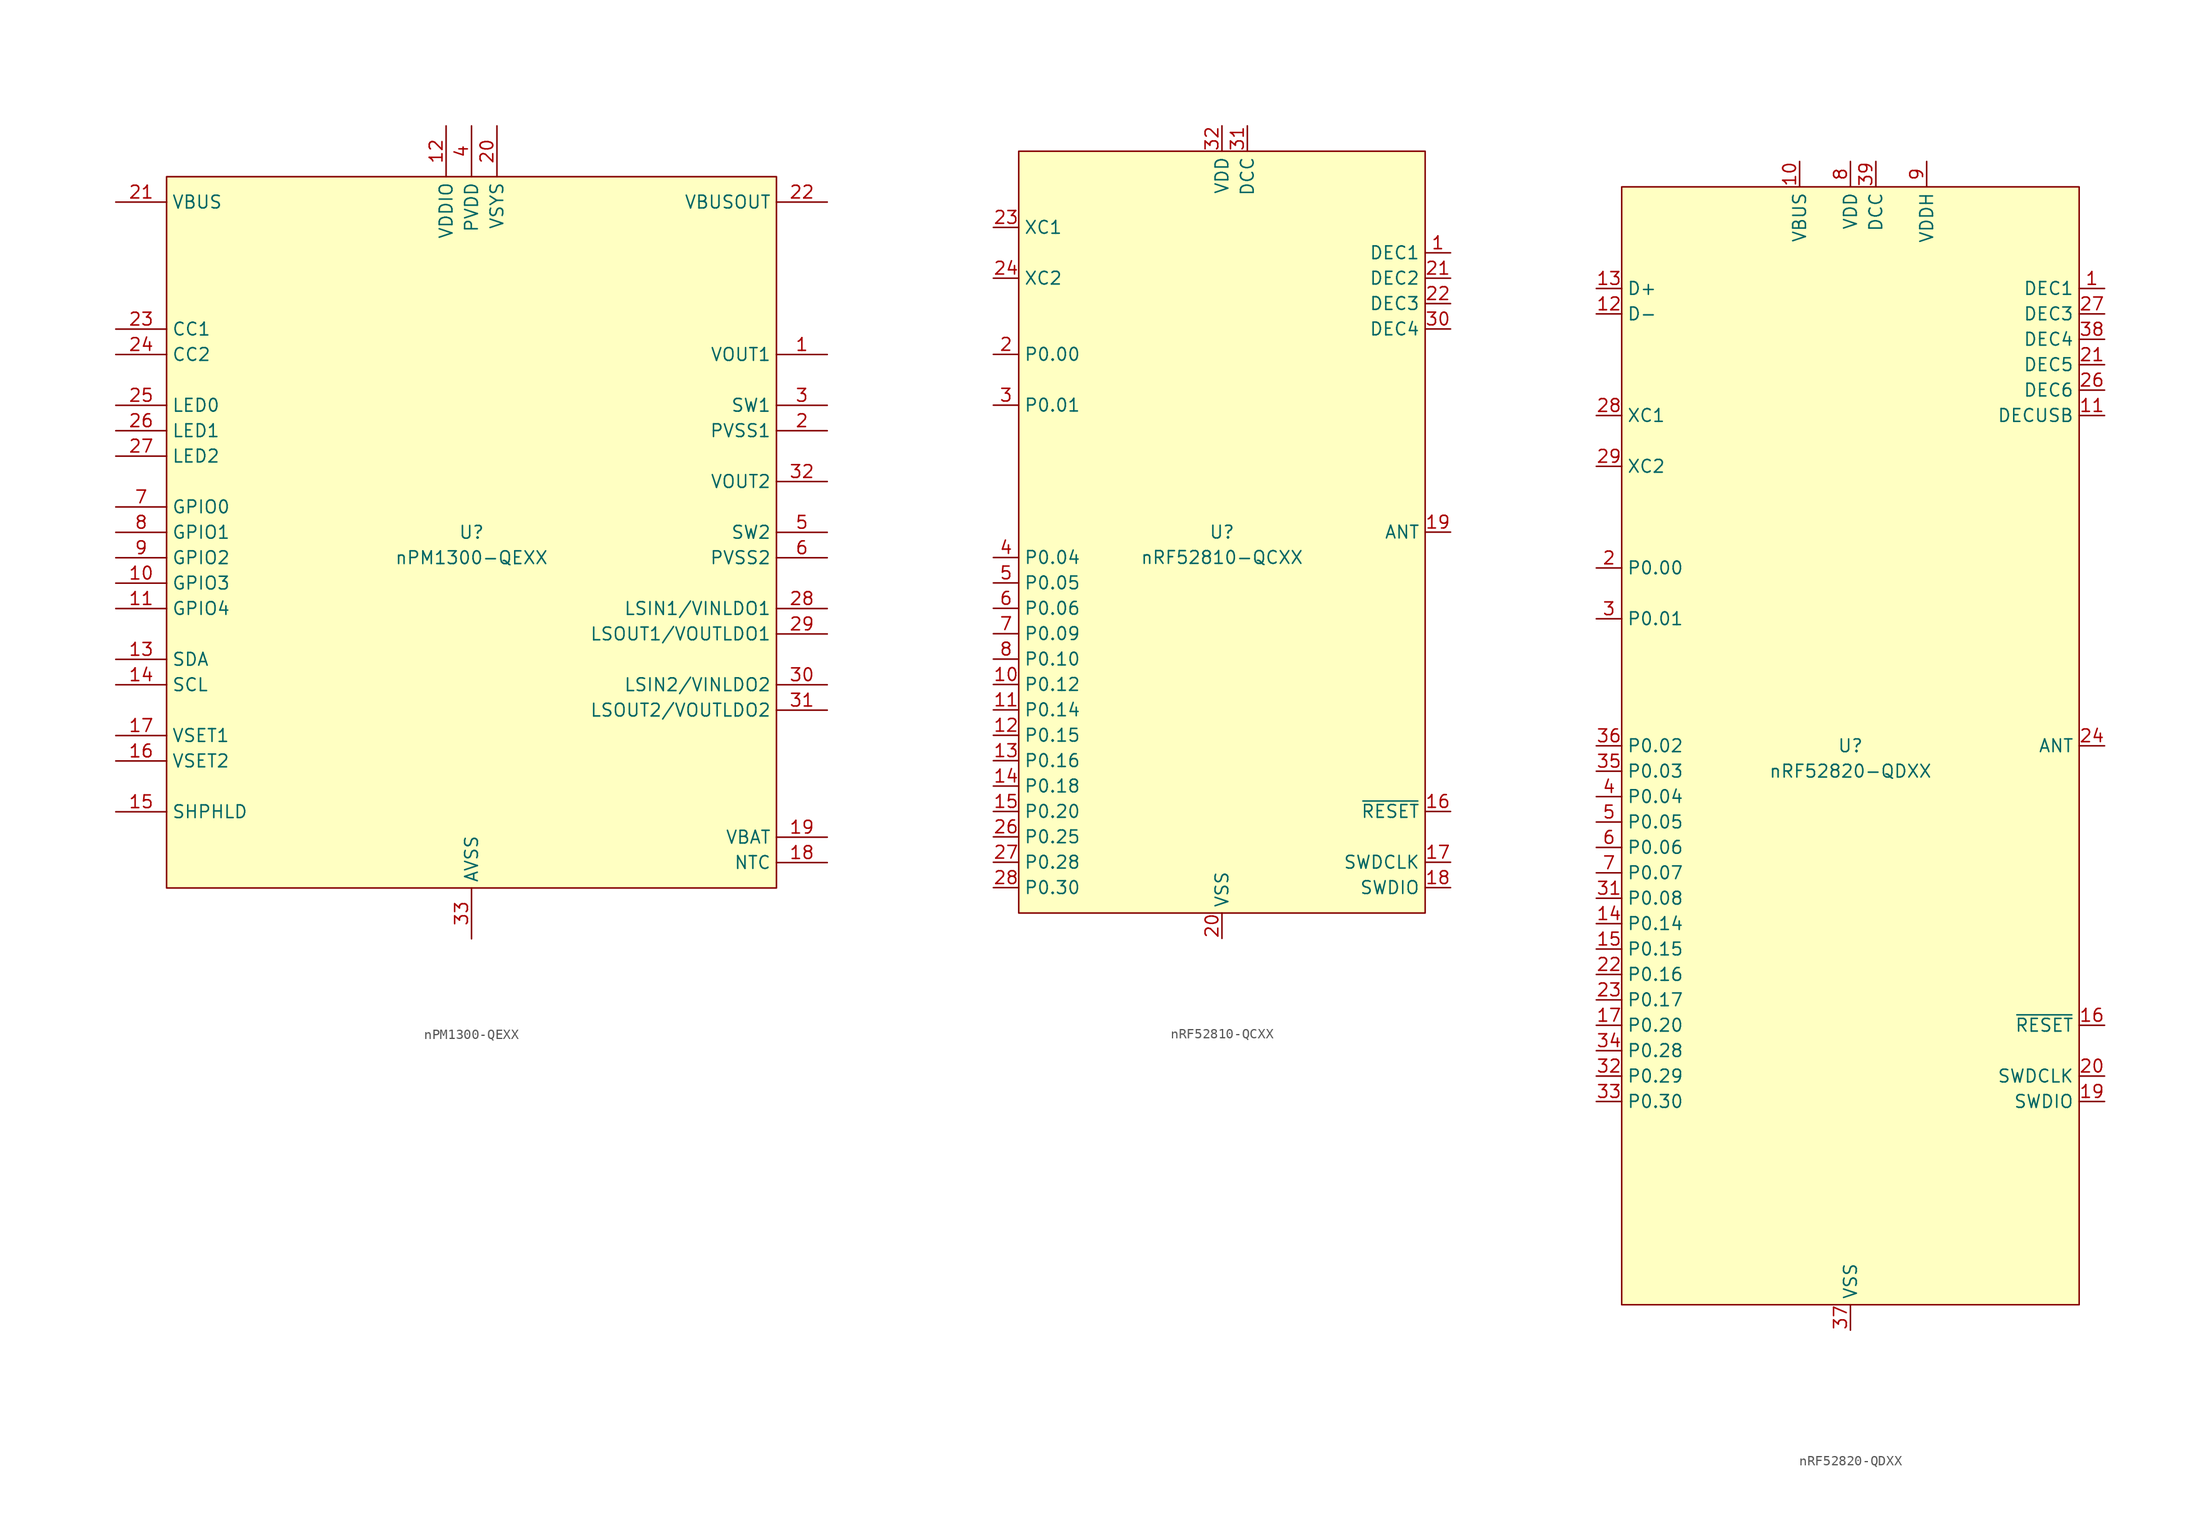
<source format=kicad_sym>
(kicad_symbol_lib
  (version 20241209)
  (generator "kicad_symbol_editor")
  (generator_version "9.0")
  (symbol "nPM1300-QEXX"
    (property "Reference" "U"
      (at 0 0 0)
      (do_not_autoplace)
      (effects (font (size 1.27 1.27))))
    (property "Value" "nPM1300-QEXX"
      (at 0 -2.54 0)
      (do_not_autoplace)
      (effects (font (size 1.27 1.27))))
    (symbol "nPM1300-QEXX_0_0"
      (pin power_in line (at -35.56 33.02 0) (length 5.08) (name "VBUS" (effects (font (size 1.27 1.27)))) (number "21" (effects (font (size 1.27 1.27)))))
      (pin bidirectional line (at -35.56 20.32 0) (length 5.08) (name "CC1" (effects (font (size 1.27 1.27)))) (number "23" (effects (font (size 1.27 1.27)))))
      (pin bidirectional line (at -35.56 17.78 0) (length 5.08) (name "CC2" (effects (font (size 1.27 1.27)))) (number "24" (effects (font (size 1.27 1.27)))))
      (pin open_collector line (at -35.56 12.7 0) (length 5.08) (name "LED0" (effects (font (size 1.27 1.27)))) (number "25" (effects (font (size 1.27 1.27)))))
      (pin open_collector line (at -35.56 10.16 0) (length 5.08) (name "LED1" (effects (font (size 1.27 1.27)))) (number "26" (effects (font (size 1.27 1.27)))))
      (pin open_collector line (at -35.56 7.62 0) (length 5.08) (name "LED2" (effects (font (size 1.27 1.27)))) (number "27" (effects (font (size 1.27 1.27)))))
      (pin bidirectional line (at -35.56 2.54 0) (length 5.08) (name "GPIO0" (effects (font (size 1.27 1.27)))) (number "7" (effects (font (size 1.27 1.27)))))
      (pin bidirectional line (at -35.56 0 0) (length 5.08) (name "GPIO1" (effects (font (size 1.27 1.27)))) (number "8" (effects (font (size 1.27 1.27)))))
      (pin bidirectional line (at -35.56 -2.54 0) (length 5.08) (name "GPIO2" (effects (font (size 1.27 1.27)))) (number "9" (effects (font (size 1.27 1.27)))))
      (pin bidirectional line (at -35.56 -5.08 0) (length 5.08) (name "GPIO3" (effects (font (size 1.27 1.27)))) (number "10" (effects (font (size 1.27 1.27)))))
      (pin bidirectional line (at -35.56 -7.62 0) (length 5.08) (name "GPIO4" (effects (font (size 1.27 1.27)))) (number "11" (effects (font (size 1.27 1.27)))))
      (pin bidirectional line (at -35.56 -12.7 0) (length 5.08) (name "SDA" (effects (font (size 1.27 1.27)))) (number "13" (effects (font (size 1.27 1.27)))))
      (pin bidirectional line (at -35.56 -15.24 0) (length 5.08) (name "SCL" (effects (font (size 1.27 1.27)))) (number "14" (effects (font (size 1.27 1.27)))))
      (pin passive line (at -35.56 -20.32 0) (length 5.08) (name "VSET1" (effects (font (size 1.27 1.27)))) (number "17" (effects (font (size 1.27 1.27)))))
      (pin passive line (at -35.56 -22.86 0) (length 5.08) (name "VSET2" (effects (font (size 1.27 1.27)))) (number "16" (effects (font (size 1.27 1.27)))))
      (pin input line (at -35.56 -27.94 0) (length 5.08) (name "SHPHLD" (effects (font (size 1.27 1.27)))) (number "15" (effects (font (size 1.27 1.27)))))
      (pin power_in line (at -2.54 40.64 270) (length 5.08) (name "VDDIO" (effects (font (size 1.27 1.27)))) (number "12" (effects (font (size 1.27 1.27)))))
      (pin power_in line (at 0 40.64 270) (length 5.08) (name "PVDD" (effects (font (size 1.27 1.27)))) (number "4" (effects (font (size 1.27 1.27)))))
      (pin power_in line (at 0 -40.64 90) (length 5.08) (name "AVSS" (effects (font (size 1.27 1.27)))) (number "33" (effects (font (size 1.27 1.27)))))
      (pin power_out line (at 2.54 40.64 270) (length 5.08) (name "VSYS" (effects (font (size 1.27 1.27)))) (number "20" (effects (font (size 1.27 1.27)))))
      (pin power_out line (at 35.56 33.02 180) (length 5.08) (name "VBUSOUT" (effects (font (size 1.27 1.27)))) (number "22" (effects (font (size 1.27 1.27)))))
      (pin power_out line (at 35.56 17.78 180) (length 5.08) (name "VOUT1" (effects (font (size 1.27 1.27)))) (number "1" (effects (font (size 1.27 1.27)))))
      (pin passive line (at 35.56 12.7 180) (length 5.08) (name "SW1" (effects (font (size 1.27 1.27)))) (number "3" (effects (font (size 1.27 1.27)))))
      (pin power_out line (at 35.56 5.08 180) (length 5.08) (name "VOUT2" (effects (font (size 1.27 1.27)))) (number "32" (effects (font (size 1.27 1.27)))))
      (pin passive line (at 35.56 0 180) (length 5.08) (name "SW2" (effects (font (size 1.27 1.27)))) (number "5" (effects (font (size 1.27 1.27)))))
      (pin output line (at 35.56 -10.16 180) (length 5.08) (name "LSOUT1/VOUTLDO1" (effects (font (size 1.27 1.27)))) (number "29" (effects (font (size 1.27 1.27)))))
      (pin input line (at 35.56 -15.24 180) (length 5.08) (name "LSIN2/VINLDO2" (effects (font (size 1.27 1.27)))) (number "30" (effects (font (size 1.27 1.27)))))
      (pin output line (at 35.56 -17.78 180) (length 5.08) (name "LSOUT2/VOUTLDO2" (effects (font (size 1.27 1.27)))) (number "31" (effects (font (size 1.27 1.27)))))
      (pin power_in line (at 35.56 -30.48 180) (length 5.08) (name "VBAT" (effects (font (size 1.27 1.27)))) (number "19" (effects (font (size 1.27 1.27)))))
      (pin passive line (at 35.56 -33.02 180) (length 5.08) (name "NTC" (effects (font (size 1.27 1.27)))) (number "18" (effects (font (size 1.27 1.27))))))
    (symbol "nPM1300-QEXX_1_0"
      (pin power_in line (at 35.56 10.16 180) (length 5.08) (name "PVSS1" (effects (font (size 1.27 1.27)))) (number "2" (effects (font (size 1.27 1.27)))))
      (pin power_in line (at 35.56 -2.54 180) (length 5.08) (name "PVSS2" (effects (font (size 1.27 1.27)))) (number "6" (effects (font (size 1.27 1.27)))))
      (pin input line (at 35.56 -7.62 180) (length 5.08) (name "LSIN1/VINLDO1" (effects (font (size 1.27 1.27)))) (number "28" (effects (font (size 1.27 1.27))))))
    (symbol "nPM1300-QEXX_1_1"
      (rectangle (start -30.48 35.56) (end 30.48 -35.56) (stroke (width 0) (type default)) (fill (type background)))))
  (symbol "nRF52810-QCXX"
    (property "Reference" "U"
      (at 0 0 0)
      (do_not_autoplace)
      (effects (font (size 1.27 1.27))))
    (property "Value" "nRF52810-QCXX"
      (at 0 -2.54 0)
      (do_not_autoplace)
      (effects (font (size 1.27 1.27))))
    (symbol "nRF52810-QCXX_0_0"
      (pin input line (at -22.86 30.48 0) (length 2.54) (name "XC1" (effects (font (size 1.27 1.27)))) (number "23" (effects (font (size 1.27 1.27)))))
      (pin input line (at -22.86 25.4 0) (length 2.54) (name "XC2" (effects (font (size 1.27 1.27)))) (number "24" (effects (font (size 1.27 1.27)))))
      (pin bidirectional line (at -22.86 -7.62 0) (length 2.54) (name "P0.06" (effects (font (size 1.27 1.27)))) (number "6" (effects (font (size 1.27 1.27)))))
      (pin bidirectional line (at -22.86 -10.16 0) (length 2.54) (name "P0.09" (effects (font (size 1.27 1.27)))) (number "7" (effects (font (size 1.27 1.27)))))
      (pin bidirectional line (at -22.86 -12.7 0) (length 2.54) (name "P0.10" (effects (font (size 1.27 1.27)))) (number "8" (effects (font (size 1.27 1.27)))))
      (pin bidirectional line (at -22.86 -15.24 0) (length 2.54) (name "P0.12" (effects (font (size 1.27 1.27)))) (number "10" (effects (font (size 1.27 1.27)))))
      (pin bidirectional line (at -22.86 -17.78 0) (length 2.54) (name "P0.14" (effects (font (size 1.27 1.27)))) (number "11" (effects (font (size 1.27 1.27)))))
      (pin bidirectional line (at -22.86 -20.32 0) (length 2.54) (name "P0.15" (effects (font (size 1.27 1.27)))) (number "12" (effects (font (size 1.27 1.27)))))
      (pin bidirectional line (at -22.86 -22.86 0) (length 2.54) (name "P0.16" (effects (font (size 1.27 1.27)))) (number "13" (effects (font (size 1.27 1.27)))))
      (pin bidirectional line (at -22.86 -25.4 0) (length 2.54) (name "P0.18" (effects (font (size 1.27 1.27)))) (number "14" (effects (font (size 1.27 1.27)))))
      (pin bidirectional line (at -22.86 -27.94 0) (length 2.54) (name "P0.20" (effects (font (size 1.27 1.27)))) (number "15" (effects (font (size 1.27 1.27)))))
      (pin bidirectional line (at -22.86 -30.48 0) (length 2.54) (name "P0.25" (effects (font (size 1.27 1.27)))) (number "26" (effects (font (size 1.27 1.27)))))
      (pin power_in line (at 0 40.64 270) (length 2.54) (name "VDD" (effects (font (size 1.27 1.27)))) (number "32" (effects (font (size 1.27 1.27)))))
      (pin power_in line (at 0 -40.64 90) (length 2.54) (name "VSS" (effects (font (size 1.27 1.27)))) (number "20" (effects (font (size 1.27 1.27)))))
      (pin power_out line (at 2.54 40.64 270) (length 2.54) (name "DCC" (effects (font (size 1.27 1.27)))) (number "31" (effects (font (size 1.27 1.27)))))
      (pin bidirectional line (at 22.86 0 180) (length 2.54) (name "ANT" (effects (font (size 1.27 1.27)))) (number "19" (effects (font (size 1.27 1.27)))))
      (pin input line (at 22.86 -33.02 180) (length 2.54) (name "SWDCLK" (effects (font (size 1.27 1.27)))) (number "17" (effects (font (size 1.27 1.27))))))
    (symbol "nRF52810-QCXX_1_0"
      (pin bidirectional line (at -22.86 17.78 0) (length 2.54) (name "P0.00" (effects (font (size 1.27 1.27)))) (number "2" (effects (font (size 1.27 1.27)))) (alternate "XL1" input line))
      (pin bidirectional line (at -22.86 12.7 0) (length 2.54) (name "P0.01" (effects (font (size 1.27 1.27)))) (number "3" (effects (font (size 1.27 1.27)))) (alternate "XL2" input line))
      (pin bidirectional line (at -22.86 -2.54 0) (length 2.54) (name "P0.04" (effects (font (size 1.27 1.27)))) (number "4" (effects (font (size 1.27 1.27)))) (alternate "AIN2" input line))
      (pin bidirectional line (at -22.86 -5.08 0) (length 2.54) (name "P0.05" (effects (font (size 1.27 1.27)))) (number "5" (effects (font (size 1.27 1.27)))) (alternate "AIN3" input line))
      (pin bidirectional line (at -22.86 -33.02 0) (length 2.54) (name "P0.28" (effects (font (size 1.27 1.27)))) (number "27" (effects (font (size 1.27 1.27)))) (alternate "AIN4" input line))
      (pin bidirectional line (at -22.86 -35.56 0) (length 2.54) (name "P0.30" (effects (font (size 1.27 1.27)))) (number "28" (effects (font (size 1.27 1.27)))) (alternate "AIN6" input line))
      (pin passive line (at 0 40.64 270) (length 2.54) (hide yes) (name "VDD" (effects (font (size 1.27 1.27)))) (number "25" (effects (font (size 1.27 1.27)))))
      (pin passive line (at 0 40.64 270) (length 2.54) (hide yes) (name "VDD" (effects (font (size 1.27 1.27)))) (number "9" (effects (font (size 1.27 1.27)))))
      (pin passive line (at 0 -40.64 90) (length 2.54) (hide yes) (name "VSS" (effects (font (size 1.27 1.27)))) (number "29" (effects (font (size 1.27 1.27)))))
      (pin passive line (at 0 -40.64 90) (length 2.54) (hide yes) (name "VSS" (effects (font (size 1.27 1.27)))) (number "33" (effects (font (size 1.27 1.27)))))
      (pin passive line (at 22.86 27.94 180) (length 2.54) (name "DEC1" (effects (font (size 1.27 1.27)))) (number "1" (effects (font (size 1.27 1.27)))))
      (pin passive line (at 22.86 25.4 180) (length 2.54) (name "DEC2" (effects (font (size 1.27 1.27)))) (number "21" (effects (font (size 1.27 1.27)))))
      (pin passive line (at 22.86 22.86 180) (length 2.54) (name "DEC3" (effects (font (size 1.27 1.27)))) (number "22" (effects (font (size 1.27 1.27)))))
      (pin passive line (at 22.86 20.32 180) (length 2.54) (name "DEC4" (effects (font (size 1.27 1.27)))) (number "30" (effects (font (size 1.27 1.27)))))
      (pin input line (at 22.86 -27.94 180) (length 2.54) (name "~{RESET}" (effects (font (size 1.27 1.27)))) (number "16" (effects (font (size 1.27 1.27)))) (alternate "P0.21" bidirectional line))
      (pin bidirectional line (at 22.86 -35.56 180) (length 2.54) (name "SWDIO" (effects (font (size 1.27 1.27)))) (number "18" (effects (font (size 1.27 1.27))))))
    (symbol "nRF52810-QCXX_1_1"
      (rectangle (start -20.32 38.1) (end 20.32 -38.1) (stroke (width 0) (type default)) (fill (type background)))))
  (symbol "nRF52820-QDXX"
    (property "Reference" "U"
      (at 0 0 0)
      (do_not_autoplace)
      (effects (font (size 1.27 1.27))))
    (property "Value" "nRF52820-QDXX"
      (at 0 -2.54 0)
      (do_not_autoplace)
      (effects (font (size 1.27 1.27))))
    (symbol "nRF52820-QDXX_0_0"
      (pin bidirectional line (at -25.4 45.72 0) (length 2.54) (name "D+" (effects (font (size 1.27 1.27)))) (number "13" (effects (font (size 1.27 1.27)))))
      (pin bidirectional line (at -25.4 43.18 0) (length 2.54) (name "D-" (effects (font (size 1.27 1.27)))) (number "12" (effects (font (size 1.27 1.27)))))
      (pin input line (at -25.4 33.02 0) (length 2.54) (name "XC1" (effects (font (size 1.27 1.27)))) (number "28" (effects (font (size 1.27 1.27)))))
      (pin input line (at -25.4 27.94 0) (length 2.54) (name "XC2" (effects (font (size 1.27 1.27)))) (number "29" (effects (font (size 1.27 1.27)))))
      (pin bidirectional line (at -25.4 -10.16 0) (length 2.54) (name "P0.06" (effects (font (size 1.27 1.27)))) (number "6" (effects (font (size 1.27 1.27)))))
      (pin bidirectional line (at -25.4 -12.7 0) (length 2.54) (name "P0.07" (effects (font (size 1.27 1.27)))) (number "7" (effects (font (size 1.27 1.27)))))
      (pin bidirectional line (at -25.4 -15.24 0) (length 2.54) (name "P0.08" (effects (font (size 1.27 1.27)))) (number "31" (effects (font (size 1.27 1.27)))))
      (pin bidirectional line (at -25.4 -17.78 0) (length 2.54) (name "P0.14" (effects (font (size 1.27 1.27)))) (number "14" (effects (font (size 1.27 1.27)))))
      (pin bidirectional line (at -25.4 -20.32 0) (length 2.54) (name "P0.15" (effects (font (size 1.27 1.27)))) (number "15" (effects (font (size 1.27 1.27)))))
      (pin bidirectional line (at -25.4 -22.86 0) (length 2.54) (name "P0.16" (effects (font (size 1.27 1.27)))) (number "22" (effects (font (size 1.27 1.27)))))
      (pin bidirectional line (at -25.4 -25.4 0) (length 2.54) (name "P0.17" (effects (font (size 1.27 1.27)))) (number "23" (effects (font (size 1.27 1.27)))))
      (pin bidirectional line (at -25.4 -27.94 0) (length 2.54) (name "P0.20" (effects (font (size 1.27 1.27)))) (number "17" (effects (font (size 1.27 1.27)))))
      (pin bidirectional line (at -25.4 -30.48 0) (length 2.54) (name "P0.28" (effects (font (size 1.27 1.27)))) (number "34" (effects (font (size 1.27 1.27)))))
      (pin bidirectional line (at -25.4 -33.02 0) (length 2.54) (name "P0.29" (effects (font (size 1.27 1.27)))) (number "32" (effects (font (size 1.27 1.27)))))
      (pin bidirectional line (at -25.4 -35.56 0) (length 2.54) (name "P0.30" (effects (font (size 1.27 1.27)))) (number "33" (effects (font (size 1.27 1.27)))))
      (pin power_in line (at -5.08 58.42 270) (length 2.54) (name "VBUS" (effects (font (size 1.27 1.27)))) (number "10" (effects (font (size 1.27 1.27)))))
      (pin passive line (at 0 58.42 270) (length 2.54) (name "VDD" (effects (font (size 1.27 1.27)))) (number "8" (effects (font (size 1.27 1.27)))))
      (pin power_in line (at 0 -58.42 90) (length 2.54) (name "VSS" (effects (font (size 1.27 1.27)))) (number "37" (effects (font (size 1.27 1.27)))))
      (pin power_out line (at 2.54 58.42 270) (length 2.54) (name "DCC" (effects (font (size 1.27 1.27)))) (number "39" (effects (font (size 1.27 1.27)))))
      (pin power_in line (at 7.62 58.42 270) (length 2.54) (name "VDDH" (effects (font (size 1.27 1.27)))) (number "9" (effects (font (size 1.27 1.27)))))
      (pin passive line (at 25.4 33.02 180) (length 2.54) (name "DECUSB" (effects (font (size 1.27 1.27)))) (number "11" (effects (font (size 1.27 1.27)))))
      (pin bidirectional line (at 25.4 0 180) (length 2.54) (name "ANT" (effects (font (size 1.27 1.27)))) (number "24" (effects (font (size 1.27 1.27)))))
      (pin input line (at 25.4 -33.02 180) (length 2.54) (name "SWDCLK" (effects (font (size 1.27 1.27)))) (number "20" (effects (font (size 1.27 1.27)))))
      (pin bidirectional line (at 25.4 -35.56 180) (length 2.54) (name "SWDIO" (effects (font (size 1.27 1.27)))) (number "19" (effects (font (size 1.27 1.27))))))
    (symbol "nRF52820-QDXX_1_0"
      (pin bidirectional line (at -25.4 17.78 0) (length 2.54) (name "P0.00" (effects (font (size 1.27 1.27)))) (number "2" (effects (font (size 1.27 1.27)))) (alternate "XL1" input line))
      (pin bidirectional line (at -25.4 12.7 0) (length 2.54) (name "P0.01" (effects (font (size 1.27 1.27)))) (number "3" (effects (font (size 1.27 1.27)))) (alternate "XL2" input line))
      (pin bidirectional line (at -25.4 0 0) (length 2.54) (name "P0.02" (effects (font (size 1.27 1.27)))) (number "36" (effects (font (size 1.27 1.27)))) (alternate "AIN0" input line))
      (pin bidirectional line (at -25.4 -2.54 0) (length 2.54) (name "P0.03" (effects (font (size 1.27 1.27)))) (number "35" (effects (font (size 1.27 1.27)))) (alternate "AIN1" input line))
      (pin bidirectional line (at -25.4 -5.08 0) (length 2.54) (name "P0.04" (effects (font (size 1.27 1.27)))) (number "4" (effects (font (size 1.27 1.27)))) (alternate "AIN2" input line))
      (pin bidirectional line (at -25.4 -7.62 0) (length 2.54) (name "P0.05" (effects (font (size 1.27 1.27)))) (number "5" (effects (font (size 1.27 1.27)))) (alternate "AIN3" input line))
      (pin passive line (at 0 58.42 270) (length 2.54) (hide yes) (name "VDD" (effects (font (size 1.27 1.27)))) (number "18" (effects (font (size 1.27 1.27)))))
      (pin passive line (at 0 58.42 270) (length 2.54) (hide yes) (name "VDD" (effects (font (size 1.27 1.27)))) (number "30" (effects (font (size 1.27 1.27)))))
      (pin passive line (at 0 58.42 270) (length 2.54) (hide yes) (name "VDD" (effects (font (size 1.27 1.27)))) (number "40" (effects (font (size 1.27 1.27)))))
      (pin passive line (at 0 -58.42 90) (length 2.54) (hide yes) (name "VSS_PA" (effects (font (size 1.27 1.27)))) (number "25" (effects (font (size 1.27 1.27)))))
      (pin passive line (at 0 -58.42 90) (length 2.54) (hide yes) (name "VSS" (effects (font (size 1.27 1.27)))) (number "41" (effects (font (size 1.27 1.27)))))
      (pin passive line (at 25.4 45.72 180) (length 2.54) (name "DEC1" (effects (font (size 1.27 1.27)))) (number "1" (effects (font (size 1.27 1.27)))))
      (pin passive line (at 25.4 43.18 180) (length 2.54) (name "DEC3" (effects (font (size 1.27 1.27)))) (number "27" (effects (font (size 1.27 1.27)))))
      (pin passive line (at 25.4 40.64 180) (length 2.54) (name "DEC4" (effects (font (size 1.27 1.27)))) (number "38" (effects (font (size 1.27 1.27)))))
      (pin passive line (at 25.4 38.1 180) (length 2.54) (name "DEC5" (effects (font (size 1.27 1.27)))) (number "21" (effects (font (size 1.27 1.27)))))
      (pin passive line (at 25.4 35.56 180) (length 2.54) (name "DEC6" (effects (font (size 1.27 1.27)))) (number "26" (effects (font (size 1.27 1.27)))))
      (pin input line (at 25.4 -27.94 180) (length 2.54) (name "~{RESET}" (effects (font (size 1.27 1.27)))) (number "16" (effects (font (size 1.27 1.27)))) (alternate "P0.18" bidirectional line)))
    (symbol "nRF52820-QDXX_1_1"
      (rectangle (start -22.86 55.88) (end 22.86 -55.88) (stroke (width 0) (type default)) (fill (type background))))))
</source>
